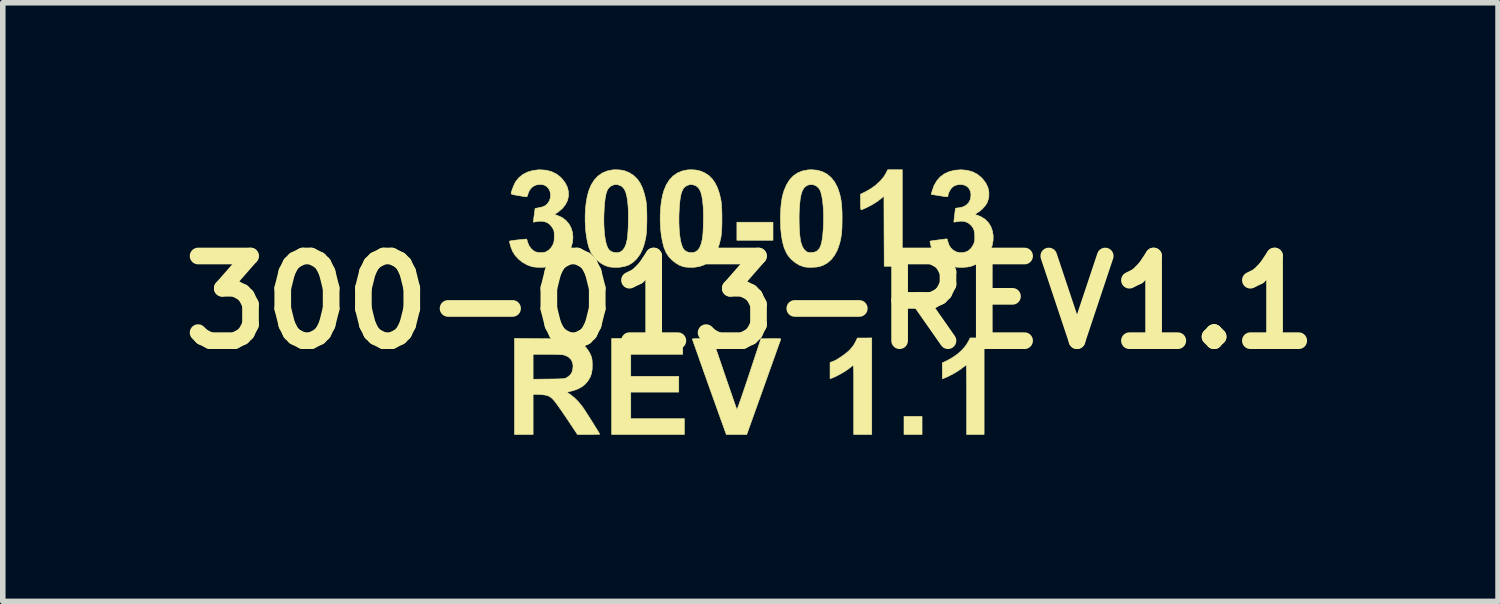
<source format=kicad_pcb>
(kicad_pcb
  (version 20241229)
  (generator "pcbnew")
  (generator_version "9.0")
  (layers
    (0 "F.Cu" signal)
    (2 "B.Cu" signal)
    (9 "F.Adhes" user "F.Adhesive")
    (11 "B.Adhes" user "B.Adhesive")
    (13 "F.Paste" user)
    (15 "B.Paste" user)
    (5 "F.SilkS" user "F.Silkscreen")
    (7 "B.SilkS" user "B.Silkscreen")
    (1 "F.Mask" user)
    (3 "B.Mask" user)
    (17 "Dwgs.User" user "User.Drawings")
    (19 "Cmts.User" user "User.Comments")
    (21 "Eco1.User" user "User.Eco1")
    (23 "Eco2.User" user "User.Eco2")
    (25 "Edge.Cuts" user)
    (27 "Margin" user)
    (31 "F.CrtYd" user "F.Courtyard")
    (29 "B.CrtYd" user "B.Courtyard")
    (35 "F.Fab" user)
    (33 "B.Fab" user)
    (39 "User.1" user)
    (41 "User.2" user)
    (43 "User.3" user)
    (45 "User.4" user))
  (footprint "300-013-REV1.1"
    (layer "F.Cu")
    (at 10.458 2.393)
    (property "Reference" "300-013-REV1.1" (at 0 0 0) (layer "F.SilkS") (effects (font (size 1.524 1.524) (thickness 0.3))))
    (attr through_hole)
    (fp_poly (pts (xy 0.406 -1.118) (xy -0.244 -1.118) (xy -0.244 -1.443) (xy 0.406 -1.443) (xy 0.406 -1.118)) (stroke (width 0.01) (type solid)) (fill yes) (layer "F.SilkS"))
    (fp_poly (pts (xy 3.089 2.377) (xy 2.764 2.377) (xy 2.764 2.052) (xy 3.089 2.052) (xy 3.089 2.377)) (stroke (width 0.01) (type solid)) (fill yes) (layer "F.SilkS"))
    (fp_poly (pts (xy -1.219 0.935) (xy -2.154 0.935) (xy -2.154 1.331) (xy -1.29 1.331) (xy -1.29 1.615) (xy -2.154 1.615) (xy -2.154 2.093) (xy -1.189 2.093) (xy -1.189 2.377) (xy -2.499 2.377) (xy -2.499 0.65) (xy -1.219 0.65) (xy -1.219 0.935)) (stroke (width 0.01) (type solid)) (fill yes) (layer "F.SilkS"))
    (fp_poly (pts (xy 2.733 -0.65) (xy 2.408 -0.65) (xy 2.405 -1.282) (xy 2.403 -1.915) (xy 2.362 -1.878) (xy 2.284 -1.817) (xy 2.191 -1.759) (xy 2.101 -1.712) (xy 2.06 -1.693) (xy 2.025 -1.678) (xy 2.001 -1.668) (xy 1.993 -1.666) (xy 1.988 -1.674) (xy 1.984 -1.699) (xy 1.982 -1.741) (xy 1.981 -1.803) (xy 1.981 -1.807) (xy 1.981 -1.947) (xy 2.068 -1.99) (xy 2.167 -2.046) (xy 2.257 -2.111) (xy 2.335 -2.183) (xy 2.399 -2.258) (xy 2.443 -2.331) (xy 2.471 -2.388) (xy 2.733 -2.388) (xy 2.733 -0.65)) (stroke (width 0.01) (type solid)) (fill yes) (layer "F.SilkS"))
    (fp_poly (pts (xy 4.206 2.377) (xy 3.891 2.377) (xy 3.891 1.753) (xy 3.891 1.642) (xy 3.891 1.538) (xy 3.891 1.441) (xy 3.89 1.355) (xy 3.889 1.279) (xy 3.889 1.217) (xy 3.888 1.17) (xy 3.887 1.14) (xy 3.886 1.128) (xy 3.886 1.128) (xy 3.876 1.134) (xy 3.854 1.149) (xy 3.823 1.172) (xy 3.792 1.195) (xy 3.748 1.226) (xy 3.694 1.26) (xy 3.636 1.293) (xy 3.578 1.323) (xy 3.526 1.348) (xy 3.484 1.365) (xy 3.477 1.367) (xy 3.454 1.373) (xy 3.454 1.089) (xy 3.539 1.048) (xy 3.639 0.992) (xy 3.73 0.928) (xy 3.81 0.856) (xy 3.875 0.78) (xy 3.922 0.705) (xy 3.955 0.64) (xy 4.206 0.64) (xy 4.206 2.377)) (stroke (width 0.01) (type solid)) (fill yes) (layer "F.SilkS"))
    (fp_poly (pts (xy 2.184 2.377) (xy 1.859 2.377) (xy 1.859 1.751) (xy 1.859 1.623) (xy 1.859 1.514) (xy 1.859 1.422) (xy 1.859 1.346) (xy 1.858 1.284) (xy 1.857 1.236) (xy 1.856 1.199) (xy 1.855 1.172) (xy 1.853 1.154) (xy 1.851 1.143) (xy 1.848 1.138) (xy 1.845 1.137) (xy 1.841 1.139) (xy 1.841 1.139) (xy 1.824 1.152) (xy 1.796 1.173) (xy 1.763 1.198) (xy 1.752 1.207) (xy 1.715 1.232) (xy 1.667 1.262) (xy 1.614 1.292) (xy 1.559 1.321) (xy 1.509 1.345) (xy 1.469 1.362) (xy 1.455 1.366) (xy 1.433 1.373) (xy 1.433 1.082) (xy 1.482 1.064) (xy 1.528 1.044) (xy 1.582 1.012) (xy 1.642 0.973) (xy 1.701 0.93) (xy 1.754 0.887) (xy 1.789 0.854) (xy 1.85 0.782) (xy 1.891 0.713) (xy 1.925 0.641) (xy 2.055 0.641) (xy 2.184 0.64) (xy 2.184 2.377)) (stroke (width 0.01) (type solid)) (fill yes) (layer "F.SilkS"))
    (fp_poly (pts (xy -0.468 1.283) (xy -0.431 1.392) (xy -0.395 1.495) (xy -0.362 1.591) (xy -0.332 1.678) (xy -0.306 1.755) (xy -0.283 1.82) (xy -0.265 1.872) (xy -0.252 1.907) (xy -0.245 1.926) (xy -0.244 1.929) (xy -0.24 1.922) (xy -0.229 1.897) (xy -0.214 1.855) (xy -0.193 1.796) (xy -0.167 1.723) (xy -0.137 1.635) (xy -0.103 1.534) (xy -0.065 1.422) (xy -0.024 1.299) (xy 0.189 0.655) (xy 0.37 0.653) (xy 0.442 0.652) (xy 0.496 0.653) (xy 0.531 0.655) (xy 0.546 0.658) (xy 0.547 0.66) (xy 0.543 0.671) (xy 0.533 0.7) (xy 0.517 0.745) (xy 0.495 0.805) (xy 0.469 0.878) (xy 0.439 0.964) (xy 0.404 1.061) (xy 0.366 1.167) (xy 0.325 1.281) (xy 0.282 1.403) (xy 0.239 1.524) (xy -0.066 2.377) (xy -0.434 2.377) (xy -0.45 2.334) (xy -0.46 2.309) (xy -0.474 2.268) (xy -0.494 2.213) (xy -0.519 2.145) (xy -0.547 2.066) (xy -0.579 1.977) (xy -0.613 1.881) (xy -0.65 1.779) (xy -0.688 1.672) (xy -0.727 1.563) (xy -0.766 1.453) (xy -0.805 1.344) (xy -0.843 1.237) (xy -0.879 1.134) (xy -0.914 1.037) (xy -0.945 0.947) (xy -0.974 0.866) (xy -0.998 0.797) (xy -1.019 0.739) (xy -1.034 0.696) (xy -1.043 0.668) (xy -1.046 0.658) (xy -1.037 0.656) (xy -1.01 0.654) (xy -0.97 0.652) (xy -0.918 0.651) (xy -0.865 0.65) (xy -0.684 0.65) (xy -0.468 1.283)) (stroke (width 0.01) (type solid)) (fill yes) (layer "F.SilkS"))
    (fp_poly (pts (xy 1.204 -2.379) (xy 1.297 -2.352) (xy 1.38 -2.308) (xy 1.453 -2.246) (xy 1.515 -2.168) (xy 1.565 -2.074) (xy 1.588 -2.012) (xy 1.609 -1.942) (xy 1.625 -1.872) (xy 1.637 -1.798) (xy 1.644 -1.716) (xy 1.649 -1.621) (xy 1.65 -1.514) (xy 1.649 -1.415) (xy 1.647 -1.331) (xy 1.642 -1.26) (xy 1.634 -1.196) (xy 1.623 -1.134) (xy 1.608 -1.071) (xy 1.604 -1.057) (xy 1.567 -0.948) (xy 1.518 -0.855) (xy 1.459 -0.776) (xy 1.388 -0.713) (xy 1.309 -0.668) (xy 1.245 -0.646) (xy 1.199 -0.637) (xy 1.14 -0.633) (xy 1.078 -0.631) (xy 1.019 -0.633) (xy 0.97 -0.639) (xy 0.962 -0.641) (xy 0.884 -0.669) (xy 0.808 -0.714) (xy 0.739 -0.772) (xy 0.68 -0.839) (xy 0.646 -0.894) (xy 0.607 -0.984) (xy 0.577 -1.092) (xy 0.556 -1.216) (xy 0.543 -1.355) (xy 0.54 -1.509) (xy 0.54 -1.517) (xy 0.876 -1.517) (xy 0.877 -1.421) (xy 0.88 -1.329) (xy 0.885 -1.244) (xy 0.893 -1.17) (xy 0.902 -1.11) (xy 0.908 -1.082) (xy 0.933 -1.008) (xy 0.966 -0.953) (xy 1.005 -0.916) (xy 1.026 -0.905) (xy 1.064 -0.897) (xy 1.111 -0.897) (xy 1.157 -0.906) (xy 1.194 -0.921) (xy 1.197 -0.923) (xy 1.226 -0.95) (xy 1.25 -0.986) (xy 1.269 -1.033) (xy 1.285 -1.094) (xy 1.297 -1.169) (xy 1.306 -1.262) (xy 1.311 -1.331) (xy 1.316 -1.464) (xy 1.316 -1.589) (xy 1.311 -1.706) (xy 1.301 -1.811) (xy 1.287 -1.902) (xy 1.269 -1.976) (xy 1.256 -2.013) (xy 1.226 -2.061) (xy 1.183 -2.097) (xy 1.132 -2.118) (xy 1.077 -2.121) (xy 1.064 -2.119) (xy 1.021 -2.106) (xy 0.985 -2.082) (xy 0.955 -2.047) (xy 0.93 -1.999) (xy 0.911 -1.937) (xy 0.896 -1.859) (xy 0.886 -1.764) (xy 0.879 -1.651) (xy 0.877 -1.611) (xy 0.876 -1.517) (xy 0.54 -1.517) (xy 0.541 -1.589) (xy 0.547 -1.7) (xy 0.556 -1.795) (xy 0.569 -1.878) (xy 0.587 -1.954) (xy 0.608 -2.02) (xy 0.653 -2.124) (xy 0.708 -2.21) (xy 0.774 -2.279) (xy 0.85 -2.331) (xy 0.937 -2.366) (xy 1.036 -2.385) (xy 1.101 -2.388) (xy 1.204 -2.379)) (stroke (width 0.01) (type solid)) (fill yes) (layer "F.SilkS"))
    (fp_poly (pts (xy -2.336 -2.383) (xy -2.261 -2.367) (xy -2.188 -2.338) (xy -2.174 -2.33) (xy -2.102 -2.284) (xy -2.04 -2.224) (xy -1.988 -2.151) (xy -1.944 -2.061) (xy -1.909 -1.954) (xy -1.883 -1.844) (xy -1.875 -1.792) (xy -1.87 -1.725) (xy -1.866 -1.646) (xy -1.864 -1.56) (xy -1.864 -1.471) (xy -1.866 -1.384) (xy -1.869 -1.303) (xy -1.875 -1.233) (xy -1.882 -1.178) (xy -1.883 -1.172) (xy -1.909 -1.057) (xy -1.942 -0.958) (xy -1.983 -0.874) (xy -2.033 -0.802) (xy -2.053 -0.778) (xy -2.119 -0.717) (xy -2.19 -0.673) (xy -2.27 -0.646) (xy -2.361 -0.632) (xy -2.416 -0.631) (xy -2.464 -0.632) (xy -2.508 -0.635) (xy -2.542 -0.639) (xy -2.553 -0.641) (xy -2.625 -0.667) (xy -2.698 -0.709) (xy -2.765 -0.764) (xy -2.824 -0.827) (xy -2.869 -0.895) (xy -2.874 -0.904) (xy -2.907 -0.988) (xy -2.934 -1.087) (xy -2.954 -1.199) (xy -2.968 -1.319) (xy -2.974 -1.437) (xy -2.639 -1.437) (xy -2.634 -1.321) (xy -2.625 -1.217) (xy -2.612 -1.126) (xy -2.594 -1.049) (xy -2.572 -0.989) (xy -2.55 -0.952) (xy -2.513 -0.92) (xy -2.464 -0.9) (xy -2.41 -0.894) (xy -2.356 -0.903) (xy -2.343 -0.908) (xy -2.301 -0.937) (xy -2.266 -0.984) (xy -2.239 -1.049) (xy -2.219 -1.131) (xy -2.215 -1.157) (xy -2.209 -1.214) (xy -2.204 -1.286) (xy -2.2 -1.37) (xy -2.198 -1.458) (xy -2.197 -1.547) (xy -2.198 -1.632) (xy -2.201 -1.708) (xy -2.203 -1.738) (xy -2.213 -1.838) (xy -2.227 -1.92) (xy -2.245 -1.985) (xy -2.269 -2.035) (xy -2.298 -2.073) (xy -2.333 -2.099) (xy -2.34 -2.102) (xy -2.394 -2.12) (xy -2.446 -2.12) (xy -2.496 -2.102) (xy -2.53 -2.08) (xy -2.558 -2.05) (xy -2.581 -2.008) (xy -2.599 -1.953) (xy -2.613 -1.884) (xy -2.624 -1.798) (xy -2.632 -1.694) (xy -2.632 -1.694) (xy -2.638 -1.561) (xy -2.639 -1.437) (xy -2.974 -1.437) (xy -2.975 -1.445) (xy -2.975 -1.572) (xy -2.968 -1.697) (xy -2.954 -1.817) (xy -2.933 -1.927) (xy -2.909 -2.012) (xy -2.866 -2.116) (xy -2.811 -2.203) (xy -2.745 -2.274) (xy -2.668 -2.328) (xy -2.58 -2.365) (xy -2.483 -2.385) (xy -2.422 -2.388) (xy -2.336 -2.383)) (stroke (width 0.01) (type solid)) (fill yes) (layer "F.SilkS"))
    (fp_poly (pts (xy -0.985 -2.383) (xy -0.909 -2.367) (xy -0.837 -2.338) (xy -0.822 -2.33) (xy -0.75 -2.284) (xy -0.689 -2.224) (xy -0.637 -2.151) (xy -0.593 -2.061) (xy -0.557 -1.954) (xy -0.532 -1.844) (xy -0.524 -1.792) (xy -0.519 -1.725) (xy -0.515 -1.646) (xy -0.513 -1.56) (xy -0.513 -1.471) (xy -0.514 -1.384) (xy -0.518 -1.303) (xy -0.523 -1.233) (xy -0.53 -1.178) (xy -0.531 -1.172) (xy -0.558 -1.057) (xy -0.591 -0.958) (xy -0.632 -0.874) (xy -0.681 -0.802) (xy -0.702 -0.778) (xy -0.768 -0.717) (xy -0.839 -0.673) (xy -0.919 -0.646) (xy -1.01 -0.632) (xy -1.065 -0.631) (xy -1.113 -0.632) (xy -1.157 -0.635) (xy -1.191 -0.639) (xy -1.201 -0.641) (xy -1.274 -0.667) (xy -1.346 -0.709) (xy -1.414 -0.764) (xy -1.473 -0.827) (xy -1.517 -0.895) (xy -1.522 -0.904) (xy -1.556 -0.988) (xy -1.582 -1.087) (xy -1.603 -1.199) (xy -1.617 -1.319) (xy -1.623 -1.437) (xy -1.287 -1.437) (xy -1.283 -1.321) (xy -1.274 -1.217) (xy -1.261 -1.126) (xy -1.243 -1.049) (xy -1.221 -0.989) (xy -1.199 -0.952) (xy -1.162 -0.92) (xy -1.113 -0.9) (xy -1.059 -0.894) (xy -1.005 -0.903) (xy -0.992 -0.908) (xy -0.95 -0.937) (xy -0.915 -0.984) (xy -0.888 -1.049) (xy -0.868 -1.131) (xy -0.864 -1.157) (xy -0.857 -1.214) (xy -0.852 -1.286) (xy -0.849 -1.37) (xy -0.847 -1.458) (xy -0.846 -1.547) (xy -0.847 -1.632) (xy -0.85 -1.708) (xy -0.852 -1.738) (xy -0.862 -1.838) (xy -0.876 -1.92) (xy -0.894 -1.985) (xy -0.917 -2.035) (xy -0.947 -2.073) (xy -0.982 -2.099) (xy -0.989 -2.102) (xy -1.043 -2.12) (xy -1.095 -2.12) (xy -1.145 -2.102) (xy -1.179 -2.08) (xy -1.207 -2.05) (xy -1.229 -2.008) (xy -1.248 -1.953) (xy -1.262 -1.884) (xy -1.273 -1.798) (xy -1.281 -1.694) (xy -1.281 -1.694) (xy -1.287 -1.561) (xy -1.287 -1.437) (xy -1.623 -1.437) (xy -1.624 -1.445) (xy -1.624 -1.572) (xy -1.617 -1.697) (xy -1.603 -1.817) (xy -1.582 -1.927) (xy -1.558 -2.012) (xy -1.515 -2.116) (xy -1.46 -2.203) (xy -1.394 -2.274) (xy -1.317 -2.328) (xy -1.229 -2.365) (xy -1.132 -2.385) (xy -1.07 -2.388) (xy -0.985 -2.383)) (stroke (width 0.01) (type solid)) (fill yes) (layer "F.SilkS"))
    (fp_poly (pts (xy -3.762 0.653) (xy -3.64 0.654) (xy -3.537 0.656) (xy -3.451 0.657) (xy -3.379 0.659) (xy -3.319 0.662) (xy -3.269 0.666) (xy -3.228 0.671) (xy -3.194 0.677) (xy -3.164 0.684) (xy -3.137 0.693) (xy -3.11 0.703) (xy -3.083 0.715) (xy -3.018 0.755) (xy -2.959 0.812) (xy -2.909 0.883) (xy -2.888 0.921) (xy -2.871 0.958) (xy -2.86 0.989) (xy -2.853 1.02) (xy -2.849 1.058) (xy -2.847 1.108) (xy -2.848 1.199) (xy -2.86 1.277) (xy -2.885 1.347) (xy -2.924 1.412) (xy -2.925 1.413) (xy -2.972 1.469) (xy -3.028 1.515) (xy -3.095 1.553) (xy -3.176 1.584) (xy -3.275 1.61) (xy -3.276 1.61) (xy -3.29 1.614) (xy -3.294 1.619) (xy -3.287 1.627) (xy -3.267 1.642) (xy -3.24 1.66) (xy -3.168 1.717) (xy -3.096 1.79) (xy -3.028 1.873) (xy -3.016 1.89) (xy -2.999 1.915) (xy -2.975 1.951) (xy -2.946 1.997) (xy -2.912 2.049) (xy -2.877 2.104) (xy -2.841 2.161) (xy -2.807 2.216) (xy -2.776 2.267) (xy -2.749 2.31) (xy -2.728 2.344) (xy -2.716 2.366) (xy -2.713 2.372) (xy -2.722 2.374) (xy -2.749 2.375) (xy -2.79 2.376) (xy -2.843 2.377) (xy -2.903 2.377) (xy -2.913 2.377) (xy -3.114 2.377) (xy -3.301 2.096) (xy -3.349 2.026) (xy -3.395 1.958) (xy -3.439 1.896) (xy -3.478 1.841) (xy -3.51 1.798) (xy -3.534 1.767) (xy -3.543 1.757) (xy -3.579 1.721) (xy -3.614 1.695) (xy -3.653 1.678) (xy -3.7 1.667) (xy -3.759 1.66) (xy -3.797 1.658) (xy -3.912 1.654) (xy -3.912 2.377) (xy -4.247 2.377) (xy -4.247 0.935) (xy -3.912 0.935) (xy -3.912 1.383) (xy -3.63 1.38) (xy -3.546 1.379) (xy -3.48 1.378) (xy -3.43 1.376) (xy -3.392 1.375) (xy -3.364 1.372) (xy -3.343 1.369) (xy -3.327 1.364) (xy -3.314 1.358) (xy -3.306 1.354) (xy -3.254 1.317) (xy -3.218 1.269) (xy -3.2 1.215) (xy -3.192 1.144) (xy -3.203 1.081) (xy -3.23 1.027) (xy -3.273 0.985) (xy -3.331 0.955) (xy -3.364 0.946) (xy -3.389 0.942) (xy -3.431 0.94) (xy -3.486 0.937) (xy -3.551 0.936) (xy -3.623 0.935) (xy -3.663 0.935) (xy -3.912 0.935) (xy -4.247 0.935) (xy -4.247 0.648) (xy -3.762 0.653)) (stroke (width 0.01) (type solid)) (fill yes) (layer "F.SilkS"))
    (fp_poly (pts (xy 3.897 -2.378) (xy 3.994 -2.352) (xy 4.081 -2.308) (xy 4.157 -2.247) (xy 4.177 -2.226) (xy 4.235 -2.151) (xy 4.273 -2.073) (xy 4.292 -1.992) (xy 4.292 -1.91) (xy 4.288 -1.887) (xy 4.278 -1.847) (xy 4.266 -1.808) (xy 4.257 -1.788) (xy 4.227 -1.742) (xy 4.186 -1.694) (xy 4.139 -1.651) (xy 4.096 -1.621) (xy 4.062 -1.599) (xy 4.046 -1.584) (xy 4.048 -1.576) (xy 4.061 -1.575) (xy 4.085 -1.569) (xy 4.12 -1.555) (xy 4.16 -1.536) (xy 4.198 -1.513) (xy 4.228 -1.492) (xy 4.284 -1.435) (xy 4.327 -1.366) (xy 4.355 -1.288) (xy 4.369 -1.203) (xy 4.368 -1.116) (xy 4.352 -1.028) (xy 4.32 -0.943) (xy 4.289 -0.888) (xy 4.227 -0.809) (xy 4.15 -0.741) (xy 4.064 -0.687) (xy 3.971 -0.65) (xy 3.956 -0.646) (xy 3.905 -0.637) (xy 3.842 -0.632) (xy 3.774 -0.631) (xy 3.709 -0.634) (xy 3.652 -0.641) (xy 3.629 -0.646) (xy 3.535 -0.681) (xy 3.449 -0.732) (xy 3.375 -0.797) (xy 3.314 -0.874) (xy 3.268 -0.959) (xy 3.246 -1.027) (xy 3.238 -1.063) (xy 3.233 -1.089) (xy 3.232 -1.102) (xy 3.232 -1.102) (xy 3.243 -1.105) (xy 3.271 -1.109) (xy 3.31 -1.115) (xy 3.358 -1.121) (xy 3.363 -1.122) (xy 3.414 -1.128) (xy 3.46 -1.134) (xy 3.496 -1.139) (xy 3.516 -1.142) (xy 3.517 -1.142) (xy 3.534 -1.143) (xy 3.543 -1.135) (xy 3.549 -1.113) (xy 3.55 -1.106) (xy 3.57 -1.041) (xy 3.604 -0.984) (xy 3.652 -0.939) (xy 3.708 -0.908) (xy 3.771 -0.895) (xy 3.786 -0.894) (xy 3.858 -0.902) (xy 3.918 -0.927) (xy 3.968 -0.969) (xy 4.007 -1.029) (xy 4.01 -1.034) (xy 4.025 -1.067) (xy 4.033 -1.098) (xy 4.038 -1.132) (xy 4.038 -1.179) (xy 4.036 -1.245) (xy 4.025 -1.297) (xy 4.007 -1.341) (xy 3.977 -1.381) (xy 3.974 -1.385) (xy 3.922 -1.429) (xy 3.861 -1.455) (xy 3.792 -1.463) (xy 3.713 -1.453) (xy 3.71 -1.452) (xy 3.682 -1.447) (xy 3.665 -1.445) (xy 3.662 -1.445) (xy 3.662 -1.456) (xy 3.665 -1.482) (xy 3.669 -1.521) (xy 3.675 -1.569) (xy 3.675 -1.571) (xy 3.691 -1.695) (xy 3.748 -1.702) (xy 3.823 -1.718) (xy 3.883 -1.749) (xy 3.927 -1.792) (xy 3.956 -1.848) (xy 3.962 -1.869) (xy 3.97 -1.936) (xy 3.961 -1.996) (xy 3.937 -2.047) (xy 3.9 -2.087) (xy 3.849 -2.112) (xy 3.801 -2.121) (xy 3.733 -2.119) (xy 3.677 -2.102) (xy 3.636 -2.075) (xy 3.611 -2.048) (xy 3.588 -2.011) (xy 3.568 -1.971) (xy 3.557 -1.935) (xy 3.556 -1.923) (xy 3.556 -1.913) (xy 3.553 -1.906) (xy 3.546 -1.902) (xy 3.53 -1.902) (xy 3.504 -1.905) (xy 3.463 -1.911) (xy 3.406 -1.92) (xy 3.392 -1.922) (xy 3.254 -1.944) (xy 3.269 -2) (xy 3.304 -2.101) (xy 3.354 -2.188) (xy 3.417 -2.259) (xy 3.493 -2.315) (xy 3.581 -2.355) (xy 3.681 -2.379) (xy 3.79 -2.387) (xy 3.897 -2.378)) (stroke (width 0.01) (type solid)) (fill yes) (layer "F.SilkS"))
    (fp_poly (pts (xy -3.677 -2.379) (xy -3.58 -2.354) (xy -3.494 -2.312) (xy -3.418 -2.253) (xy -3.395 -2.23) (xy -3.336 -2.154) (xy -3.296 -2.075) (xy -3.276 -1.995) (xy -3.275 -1.915) (xy -3.292 -1.836) (xy -3.329 -1.762) (xy -3.384 -1.692) (xy -3.457 -1.63) (xy -3.472 -1.62) (xy -3.528 -1.583) (xy -3.469 -1.563) (xy -3.388 -1.526) (xy -3.32 -1.474) (xy -3.266 -1.411) (xy -3.227 -1.338) (xy -3.203 -1.257) (xy -3.195 -1.171) (xy -3.203 -1.08) (xy -3.229 -0.988) (xy -3.251 -0.939) (xy -3.304 -0.854) (xy -3.372 -0.779) (xy -3.454 -0.716) (xy -3.545 -0.669) (xy -3.614 -0.646) (xy -3.664 -0.637) (xy -3.726 -0.632) (xy -3.794 -0.631) (xy -3.859 -0.634) (xy -3.915 -0.64) (xy -3.939 -0.646) (xy -4.022 -0.676) (xy -4.101 -0.721) (xy -4.173 -0.778) (xy -4.233 -0.842) (xy -4.277 -0.911) (xy -4.28 -0.916) (xy -4.294 -0.95) (xy -4.309 -0.988) (xy -4.321 -1.028) (xy -4.331 -1.064) (xy -4.336 -1.09) (xy -4.336 -1.103) (xy -4.336 -1.103) (xy -4.324 -1.106) (xy -4.297 -1.111) (xy -4.259 -1.116) (xy -4.214 -1.122) (xy -4.166 -1.127) (xy -4.119 -1.132) (xy -4.077 -1.136) (xy -4.046 -1.139) (xy -4.029 -1.139) (xy -4.027 -1.139) (xy -4.023 -1.126) (xy -4.016 -1.101) (xy -4.009 -1.077) (xy -3.985 -1.02) (xy -3.949 -0.969) (xy -3.904 -0.929) (xy -3.877 -0.913) (xy -3.832 -0.9) (xy -3.778 -0.895) (xy -3.726 -0.898) (xy -3.684 -0.908) (xy -3.631 -0.94) (xy -3.586 -0.987) (xy -3.555 -1.039) (xy -3.543 -1.07) (xy -3.535 -1.101) (xy -3.532 -1.138) (xy -3.531 -1.189) (xy -3.531 -1.235) (xy -3.534 -1.268) (xy -3.539 -1.294) (xy -3.55 -1.318) (xy -3.562 -1.341) (xy -3.604 -1.397) (xy -3.657 -1.436) (xy -3.72 -1.457) (xy -3.793 -1.462) (xy -3.851 -1.454) (xy -3.881 -1.448) (xy -3.901 -1.445) (xy -3.907 -1.445) (xy -3.906 -1.456) (xy -3.903 -1.482) (xy -3.899 -1.521) (xy -3.893 -1.568) (xy -3.892 -1.57) (xy -3.876 -1.691) (xy -3.808 -1.704) (xy -3.751 -1.717) (xy -3.709 -1.733) (xy -3.675 -1.756) (xy -3.656 -1.775) (xy -3.621 -1.824) (xy -3.602 -1.879) (xy -3.597 -1.936) (xy -3.606 -1.992) (xy -3.629 -2.043) (xy -3.664 -2.084) (xy -3.706 -2.109) (xy -3.736 -2.118) (xy -3.774 -2.123) (xy -3.791 -2.123) (xy -3.856 -2.114) (xy -3.913 -2.087) (xy -3.959 -2.044) (xy -3.992 -1.987) (xy -4.004 -1.95) (xy -4.013 -1.922) (xy -4.023 -1.903) (xy -4.028 -1.9) (xy -4.041 -1.901) (xy -4.071 -1.905) (xy -4.112 -1.912) (xy -4.162 -1.92) (xy -4.173 -1.922) (xy -4.232 -1.932) (xy -4.272 -1.941) (xy -4.297 -1.948) (xy -4.307 -1.955) (xy -4.308 -1.958) (xy -4.304 -1.983) (xy -4.292 -2.02) (xy -4.276 -2.064) (xy -4.258 -2.109) (xy -4.238 -2.15) (xy -4.222 -2.178) (xy -4.167 -2.246) (xy -4.097 -2.302) (xy -4.014 -2.345) (xy -3.921 -2.373) (xy -3.819 -2.386) (xy -3.785 -2.387) (xy -3.677 -2.379)) (stroke (width 0.01) (type solid)) (fill yes) (layer "F.SilkS")))
  (gr_rect
    (start -3 -3)
    (end 23.915 7.775)
    (stroke (width 0.1) (type default))
    (fill no)
    (layer "Edge.Cuts")))
</source>
